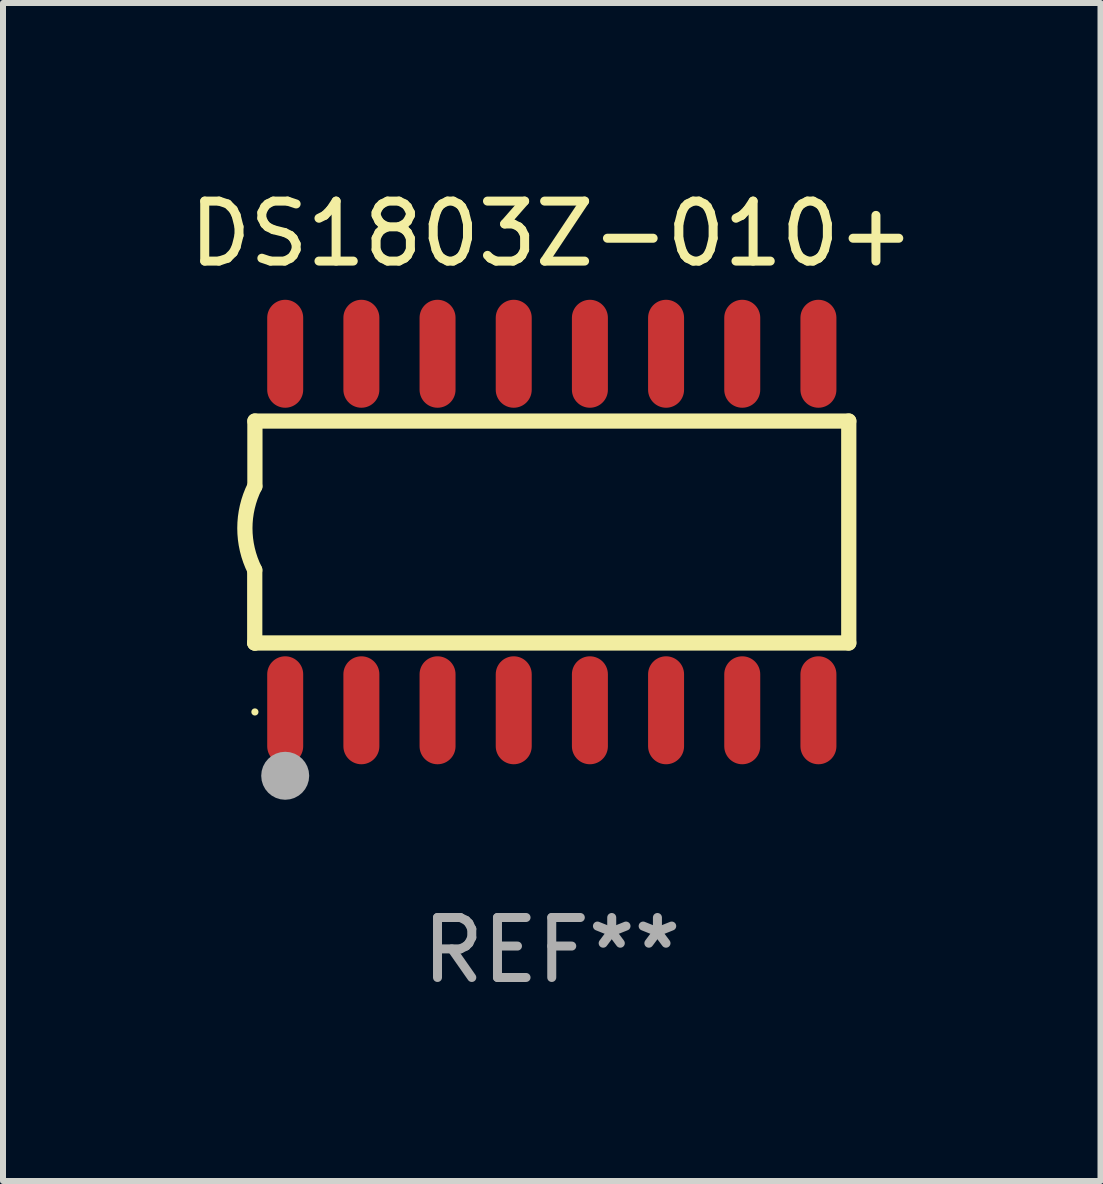
<source format=kicad_pcb>
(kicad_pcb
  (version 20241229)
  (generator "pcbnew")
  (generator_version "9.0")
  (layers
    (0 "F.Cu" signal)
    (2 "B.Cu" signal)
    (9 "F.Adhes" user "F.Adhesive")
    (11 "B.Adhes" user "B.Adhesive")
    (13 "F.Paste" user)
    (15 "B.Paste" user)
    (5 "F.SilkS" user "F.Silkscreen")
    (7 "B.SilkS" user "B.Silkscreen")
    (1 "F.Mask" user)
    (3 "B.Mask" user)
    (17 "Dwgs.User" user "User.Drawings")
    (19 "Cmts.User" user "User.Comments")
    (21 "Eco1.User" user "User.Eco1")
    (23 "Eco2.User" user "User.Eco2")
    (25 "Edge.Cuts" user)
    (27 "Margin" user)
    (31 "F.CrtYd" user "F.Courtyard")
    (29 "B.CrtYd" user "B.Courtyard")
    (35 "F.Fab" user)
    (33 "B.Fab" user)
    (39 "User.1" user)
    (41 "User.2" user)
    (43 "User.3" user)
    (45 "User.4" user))
  (footprint "DS1803Z-010+"
    (layer "F.Cu")
    (at 6.149 5.82)
    (property "Reference" "DS1803Z-010+" (at 0 -4.972 0) (layer "F.SilkS") (effects (font (size 1 1) (thickness 0.15))))
    (attr through_hole)
    (fp_line (start -4.952 0.635) (end -4.952 1.85) (stroke (width 0.254) (type solid)) (layer "F.SilkS"))
    (fp_line (start -4.952 1.85) (end -4.949 1.85) (stroke (width 0.254) (type solid)) (layer "F.SilkS"))
    (fp_line (start -4.949 -1.85) (end -4.949 -0.762) (stroke (width 0.254) (type solid)) (layer "F.SilkS"))
    (fp_line (start -4.949 1.85) (end 4.952 1.85) (stroke (width 0.254) (type solid)) (layer "F.SilkS"))
    (fp_line (start 4.952 -1.85) (end -4.949 -1.85) (stroke (width 0.254) (type solid)) (layer "F.SilkS"))
    (fp_line (start 4.952 1.85) (end 4.952 -1.85) (stroke (width 0.254) (type solid)) (layer "F.SilkS"))
    (fp_arc (start -4.951524 0.635001) (mid -5.116418 -0.0635) (end -4.951524 -0.762002) (stroke (width 0.254001) (type solid)) (layer "F.SilkS"))
    (fp_circle (center -4.949 3) (end -4.919 3) (stroke (width 0.06) (type solid)) (fill no) (layer "F.SilkS"))
    (fp_circle (center -4.444 4.064) (end -4.244 4.064) (stroke (width 0.4) (type solid)) (fill no) (layer "F.Fab"))
    (fp_text user "REF**" (at 0 6.972 0) (layer "F.Fab") (effects (font (size 1 1) (thickness 0.15))))
    (pad "1" smd oval (at -4.444 2.972 180) (size 0.6 1.8) (layers "F.Cu" "F.Mask" "F.Paste"))
    (pad "2" smd oval (at -3.174 2.972 180) (size 0.6 1.8) (layers "F.Cu" "F.Mask" "F.Paste"))
    (pad "3" smd oval (at -1.904 2.972 180) (size 0.6 1.8) (layers "F.Cu" "F.Mask" "F.Paste"))
    (pad "4" smd oval (at -0.634 2.972 180) (size 0.6 1.8) (layers "F.Cu" "F.Mask" "F.Paste"))
    (pad "5" smd oval (at 0.636 2.972 180) (size 0.6 1.8) (layers "F.Cu" "F.Mask" "F.Paste"))
    (pad "6" smd oval (at 1.906 2.972 180) (size 0.6 1.8) (layers "F.Cu" "F.Mask" "F.Paste"))
    (pad "7" smd oval (at 3.176 2.972 180) (size 0.6 1.8) (layers "F.Cu" "F.Mask" "F.Paste"))
    (pad "8" smd oval (at 4.446 2.972 180) (size 0.6 1.8) (layers "F.Cu" "F.Mask" "F.Paste"))
    (pad "9" smd oval (at 4.446 -2.972 180) (size 0.6 1.8) (layers "F.Cu" "F.Mask" "F.Paste"))
    (pad "10" smd oval (at 3.176 -2.972 180) (size 0.6 1.8) (layers "F.Cu" "F.Mask" "F.Paste"))
    (pad "11" smd oval (at 1.906 -2.972 180) (size 0.6 1.8) (layers "F.Cu" "F.Mask" "F.Paste"))
    (pad "12" smd oval (at 0.636 -2.972 180) (size 0.6 1.8) (layers "F.Cu" "F.Mask" "F.Paste"))
    (pad "13" smd oval (at -0.634 -2.972 180) (size 0.6 1.8) (layers "F.Cu" "F.Mask" "F.Paste"))
    (pad "14" smd oval (at -1.904 -2.972 180) (size 0.6 1.8) (layers "F.Cu" "F.Mask" "F.Paste"))
    (pad "15" smd oval (at -3.174 -2.972 180) (size 0.6 1.8) (layers "F.Cu" "F.Mask" "F.Paste"))
    (pad "16" smd oval (at -4.444 -2.972 180) (size 0.6 1.8) (layers "F.Cu" "F.Mask" "F.Paste")))
  (gr_rect
    (start -3 -3)
    (end 15.298 16.64)
    (stroke (width 0.1) (type default))
    (fill no)
    (layer "Edge.Cuts")))
</source>
